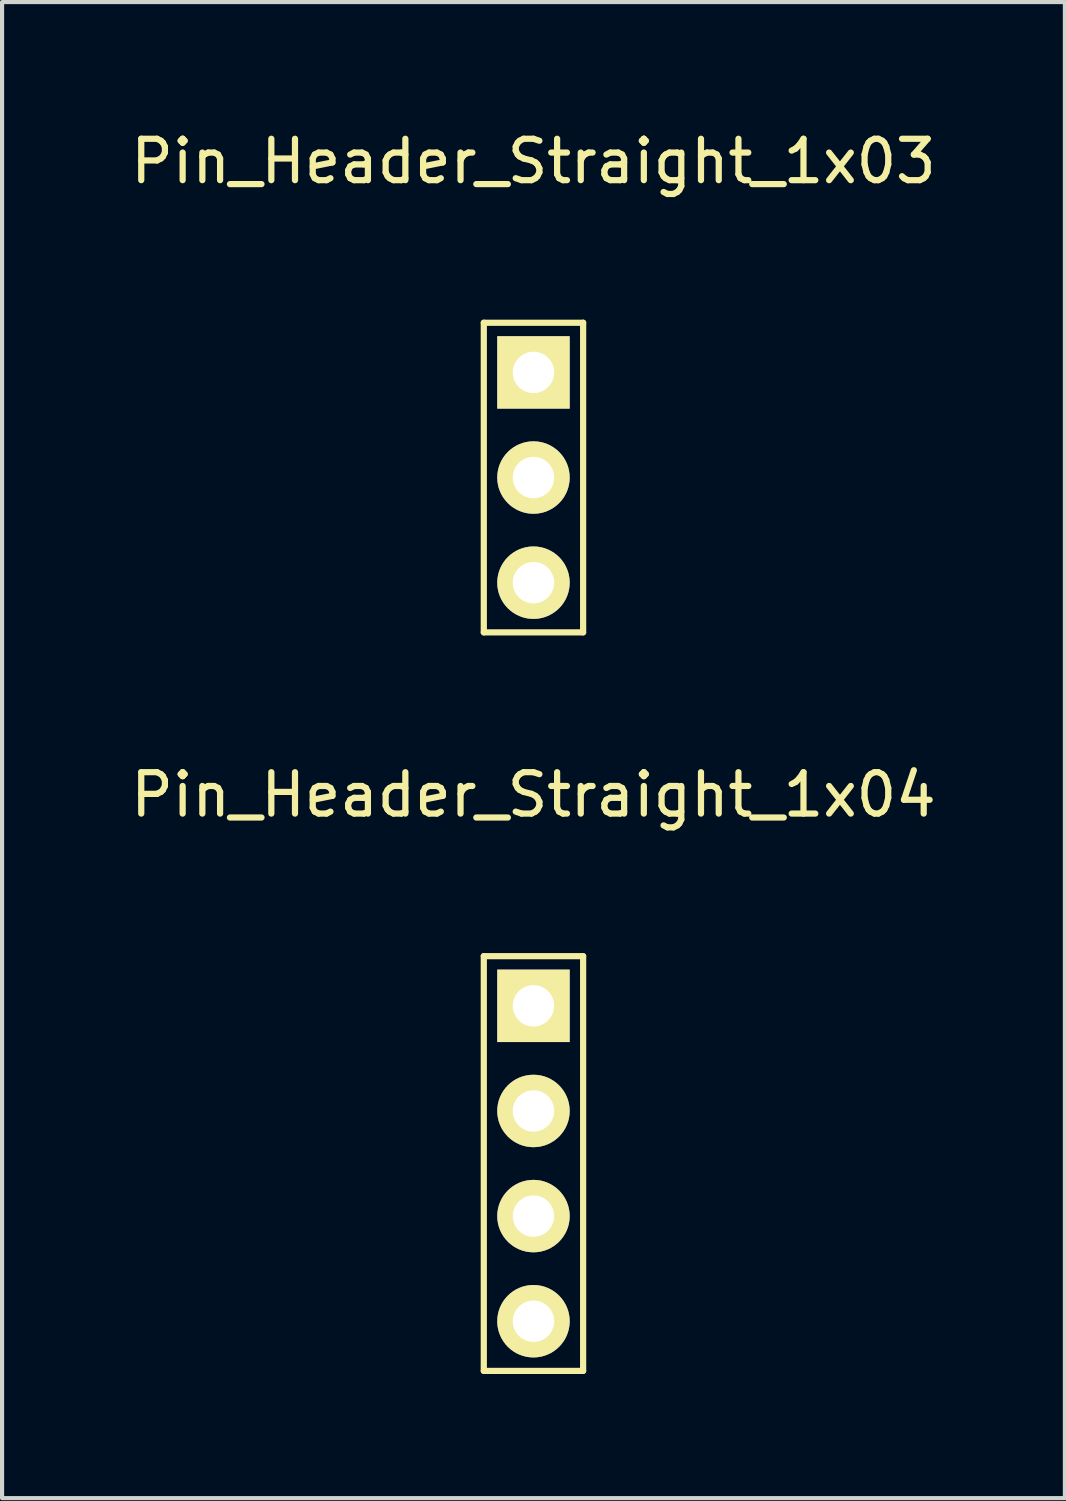
<source format=kicad_pcb>
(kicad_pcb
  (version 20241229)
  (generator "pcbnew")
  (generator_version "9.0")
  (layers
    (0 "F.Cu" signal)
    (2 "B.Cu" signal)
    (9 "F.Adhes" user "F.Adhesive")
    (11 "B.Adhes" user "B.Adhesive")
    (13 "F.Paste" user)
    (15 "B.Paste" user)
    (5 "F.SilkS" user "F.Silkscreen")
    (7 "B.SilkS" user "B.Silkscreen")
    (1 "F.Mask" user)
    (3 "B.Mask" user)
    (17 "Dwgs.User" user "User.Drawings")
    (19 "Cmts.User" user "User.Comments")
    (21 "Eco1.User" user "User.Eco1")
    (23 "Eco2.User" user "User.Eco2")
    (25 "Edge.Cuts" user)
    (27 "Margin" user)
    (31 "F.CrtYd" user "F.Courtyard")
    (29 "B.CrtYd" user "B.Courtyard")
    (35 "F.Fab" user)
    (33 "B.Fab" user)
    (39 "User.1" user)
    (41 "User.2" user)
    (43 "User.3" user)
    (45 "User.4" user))
  (footprint "Pin_Header_Straight_1x03"
    (layer "F.Cu")
    (at 9.839 5.948)
    (property "Reference" "Pin_Header_Straight_1x03" (at 0 -5.1 0) (layer "F.SilkS") (effects (font (size 1 1) (thickness 0.15))))
    (attr through_hole)
    (fp_line (start -1.2 -1.2) (end -1.2 6.28) (stroke (width 0.15) (type solid)) (layer "F.SilkS"))
    (fp_line (start -1.2 -1.2) (end 1.2 -1.2) (stroke (width 0.15) (type solid)) (layer "F.SilkS"))
    (fp_line (start -1.2 6.28) (end 1.2 6.28) (stroke (width 0.15) (type solid)) (layer "F.SilkS"))
    (fp_line (start 1.2 -1.2) (end 1.2 6.28) (stroke (width 0.15) (type solid)) (layer "F.SilkS"))
    (pad "1" thru_hole rect (at 0 0) (size 1.75 1.75) (drill 1) (layers "*.Cu" "*.Mask" "F.SilkS"))
    (pad "2" thru_hole circle (at 0 2.54) (size 1.75 1.75) (drill 1) (layers "*.Cu" "*.Mask" "F.SilkS"))
    (pad "3" thru_hole circle (at 0 5.08) (size 1.75 1.75) (drill 1) (layers "*.Cu" "*.Mask" "F.SilkS")))
  (footprint "Pin_Header_Straight_1x04"
    (layer "F.Cu")
    (at 9.839 21.252)
    (property "Reference" "Pin_Header_Straight_1x04" (at 0 -5.1 0) (layer "F.SilkS") (effects (font (size 1 1) (thickness 0.15))))
    (attr through_hole)
    (fp_line (start -1.2 -1.2) (end -1.2 8.82) (stroke (width 0.15) (type solid)) (layer "F.SilkS"))
    (fp_line (start -1.2 -1.2) (end 1.2 -1.2) (stroke (width 0.15) (type solid)) (layer "F.SilkS"))
    (fp_line (start -1.2 8.82) (end 1.2 8.82) (stroke (width 0.15) (type solid)) (layer "F.SilkS"))
    (fp_line (start 1.2 -1.2) (end 1.2 8.82) (stroke (width 0.15) (type solid)) (layer "F.SilkS"))
    (pad "1" thru_hole rect (at 0 0) (size 1.75 1.75) (drill 1) (layers "*.Cu" "*.Mask" "F.SilkS"))
    (pad "2" thru_hole oval (at 0 2.54) (size 1.75 1.75) (drill 1) (layers "*.Cu" "*.Mask" "F.SilkS"))
    (pad "3" thru_hole oval (at 0 5.08) (size 1.75 1.75) (drill 1) (layers "*.Cu" "*.Mask" "F.SilkS"))
    (pad "4" thru_hole oval (at 0 7.62) (size 1.75 1.75) (drill 1) (layers "*.Cu" "*.Mask" "F.SilkS")))
  (gr_rect
    (start -3 -3)
    (end 22.679 33.147)
    (stroke (width 0.1) (type default))
    (fill no)
    (layer "Edge.Cuts")))
</source>
